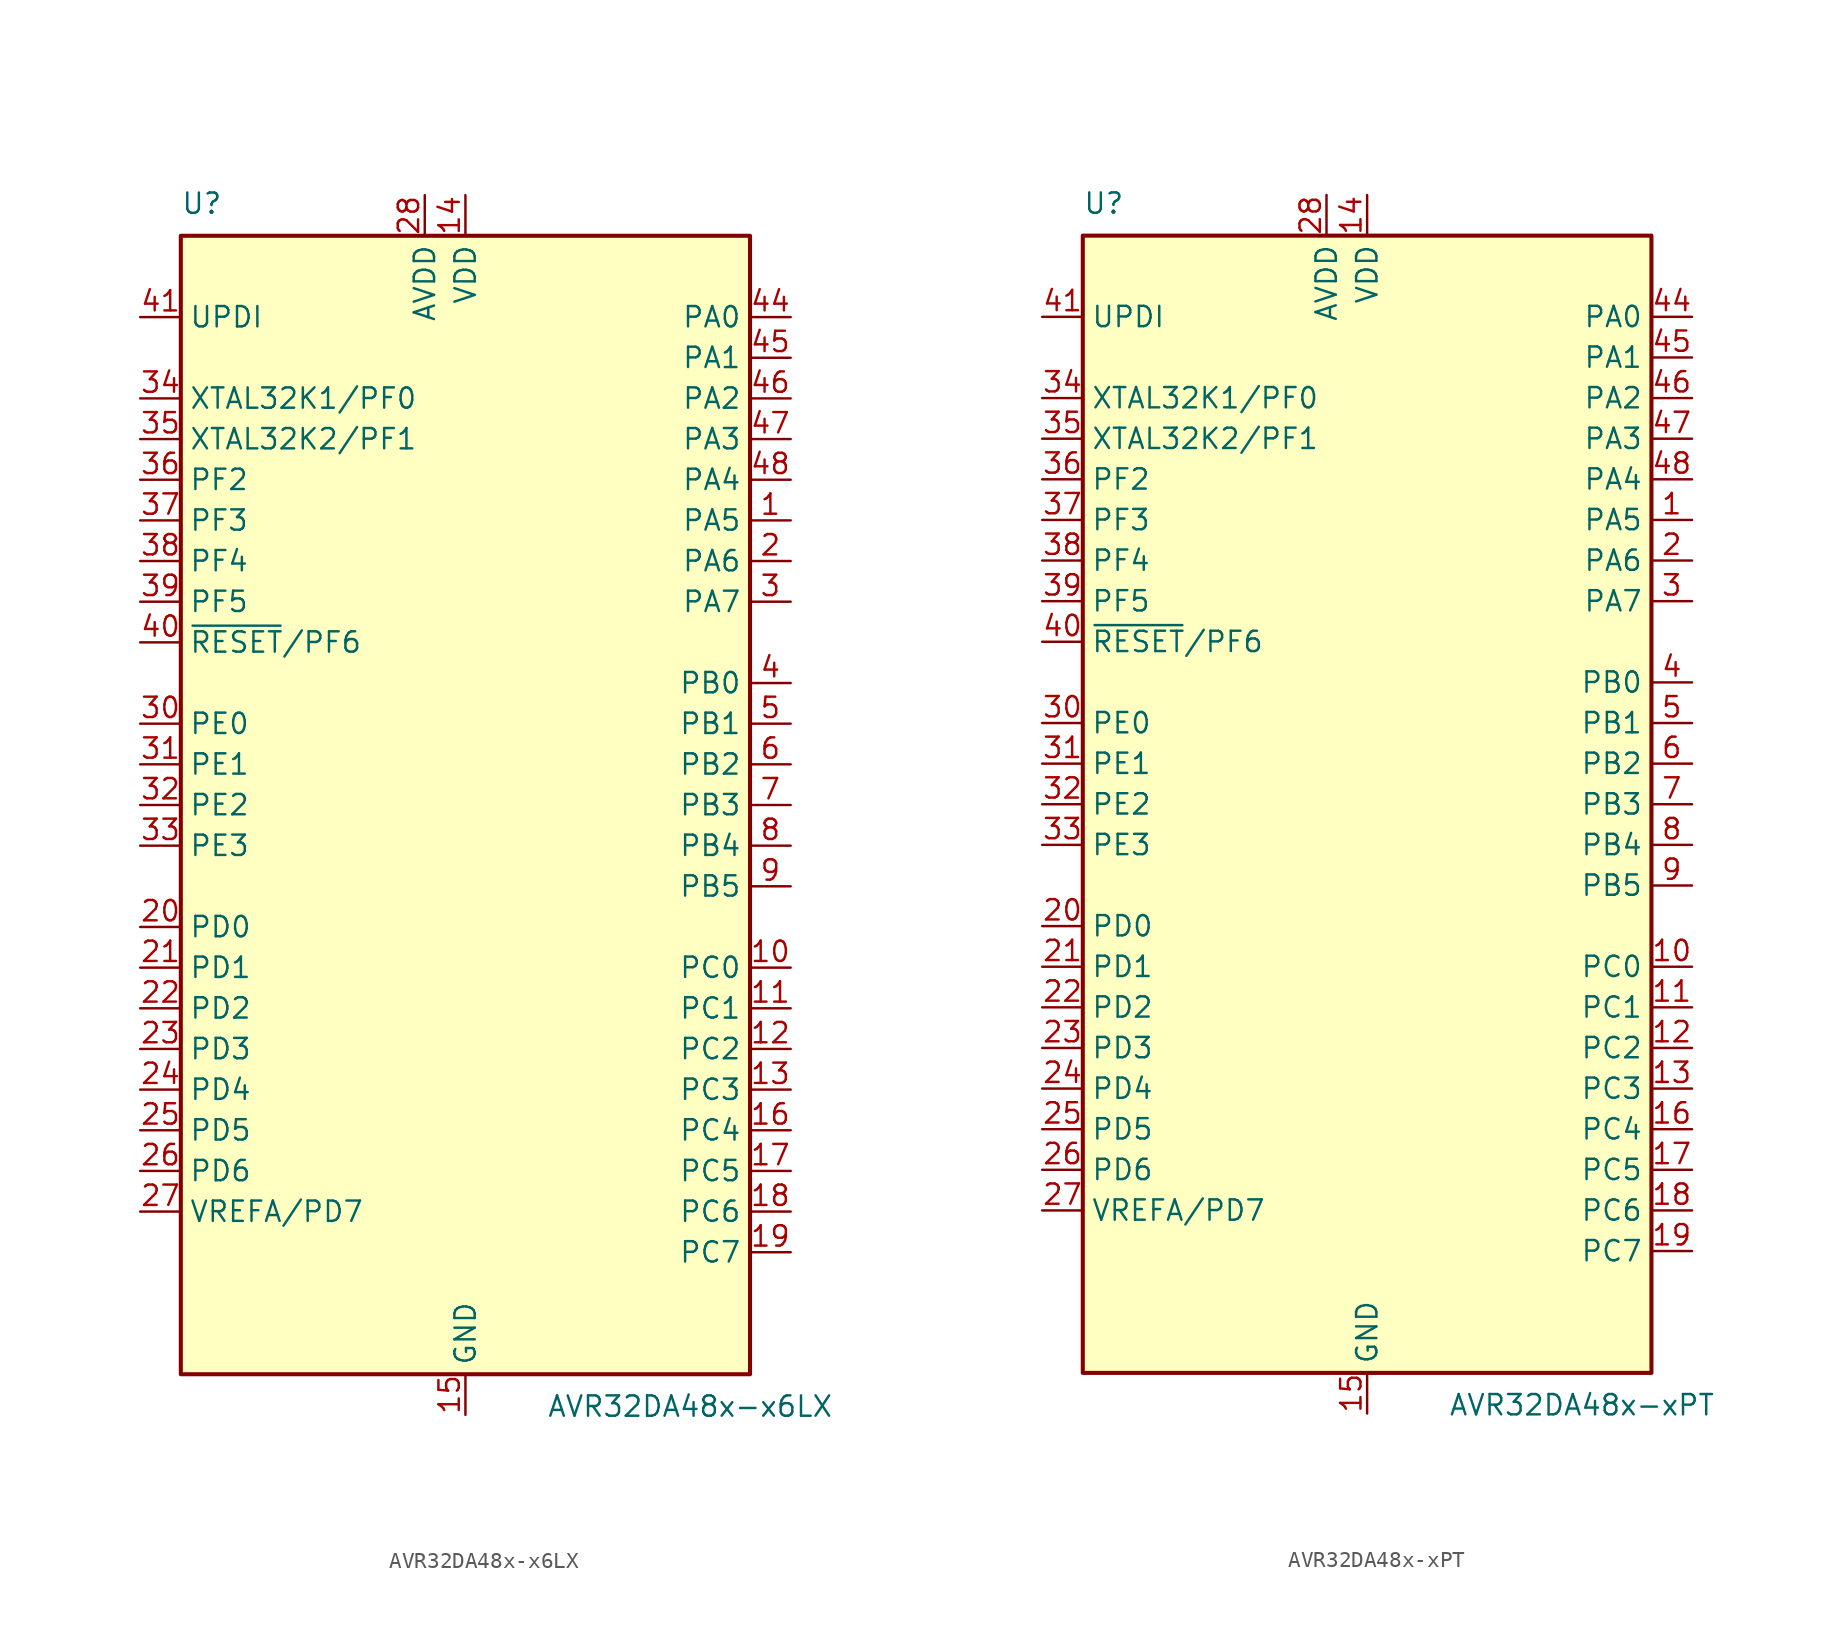
<source format=kicad_sym>
(kicad_symbol_lib
  (version 20211014)
  (generator kicad_symbol_editor)
  (symbol "AVR32DA48x-x6LX"
    (property "Reference" "U"
      (at -17.78 36.83 0)
      (effects (font (size 1.27 1.27)) (justify left bottom)))
    (property "Value" "AVR32DA48x-x6LX"
      (at 5.08 -36.83 0)
      (effects (font (size 1.27 1.27)) (justify left top)))
    (symbol "AVR32DA48x-x6LX_0_1"
      (rectangle (start -17.78 35.56) (end 17.78 -35.56) (stroke (width 0.254) (type default) (color 0 0 0 0)) (fill (type background))))
    (symbol "AVR32DA48x-x6LX_1_1"
      (pin bidirectional line (at 20.32 30.48 180) (length 2.54) (name "PA0" (effects (font (size 1.27 1.27)))) (number "44" (effects (font (size 1.27 1.27)))))
      (pin bidirectional line (at 20.32 27.94 180) (length 2.54) (name "PA1" (effects (font (size 1.27 1.27)))) (number "45" (effects (font (size 1.27 1.27)))))
      (pin bidirectional line (at 20.32 25.40 180) (length 2.54) (name "PA2" (effects (font (size 1.27 1.27)))) (number "46" (effects (font (size 1.27 1.27)))))
      (pin bidirectional line (at 20.32 22.86 180) (length 2.54) (name "PA3" (effects (font (size 1.27 1.27)))) (number "47" (effects (font (size 1.27 1.27)))))
      (pin bidirectional line (at 20.32 20.32 180) (length 2.54) (name "PA4" (effects (font (size 1.27 1.27)))) (number "48" (effects (font (size 1.27 1.27)))))
      (pin bidirectional line (at 20.32 17.78 180) (length 2.54) (name "PA5" (effects (font (size 1.27 1.27)))) (number "1" (effects (font (size 1.27 1.27)))))
      (pin bidirectional line (at 20.32 15.24 180) (length 2.54) (name "PA6" (effects (font (size 1.27 1.27)))) (number "2" (effects (font (size 1.27 1.27)))))
      (pin bidirectional line (at 20.32 12.70 180) (length 2.54) (name "PA7" (effects (font (size 1.27 1.27)))) (number "3" (effects (font (size 1.27 1.27)))))
      (pin bidirectional line (at 20.32 7.62 180) (length 2.54) (name "PB0" (effects (font (size 1.27 1.27)))) (number "4" (effects (font (size 1.27 1.27)))))
      (pin bidirectional line (at 20.32 5.08 180) (length 2.54) (name "PB1" (effects (font (size 1.27 1.27)))) (number "5" (effects (font (size 1.27 1.27)))))
      (pin bidirectional line (at 20.32 2.54 180) (length 2.54) (name "PB2" (effects (font (size 1.27 1.27)))) (number "6" (effects (font (size 1.27 1.27)))))
      (pin bidirectional line (at 20.32 0.00 180) (length 2.54) (name "PB3" (effects (font (size 1.27 1.27)))) (number "7" (effects (font (size 1.27 1.27)))))
      (pin bidirectional line (at 20.32 -2.54 180) (length 2.54) (name "PB4" (effects (font (size 1.27 1.27)))) (number "8" (effects (font (size 1.27 1.27)))))
      (pin bidirectional line (at 20.32 -5.08 180) (length 2.54) (name "PB5" (effects (font (size 1.27 1.27)))) (number "9" (effects (font (size 1.27 1.27)))))
      (pin bidirectional line (at 20.32 -10.16 180) (length 2.54) (name "PC0" (effects (font (size 1.27 1.27)))) (number "10" (effects (font (size 1.27 1.27)))))
      (pin bidirectional line (at 20.32 -12.70 180) (length 2.54) (name "PC1" (effects (font (size 1.27 1.27)))) (number "11" (effects (font (size 1.27 1.27)))))
      (pin bidirectional line (at 20.32 -15.24 180) (length 2.54) (name "PC2" (effects (font (size 1.27 1.27)))) (number "12" (effects (font (size 1.27 1.27)))))
      (pin bidirectional line (at 20.32 -17.78 180) (length 2.54) (name "PC3" (effects (font (size 1.27 1.27)))) (number "13" (effects (font (size 1.27 1.27)))))
      (pin bidirectional line (at 20.32 -20.32 180) (length 2.54) (name "PC4" (effects (font (size 1.27 1.27)))) (number "16" (effects (font (size 1.27 1.27)))))
      (pin bidirectional line (at 20.32 -22.86 180) (length 2.54) (name "PC5" (effects (font (size 1.27 1.27)))) (number "17" (effects (font (size 1.27 1.27)))))
      (pin bidirectional line (at 20.32 -25.40 180) (length 2.54) (name "PC6" (effects (font (size 1.27 1.27)))) (number "18" (effects (font (size 1.27 1.27)))))
      (pin bidirectional line (at 20.32 -27.94 180) (length 2.54) (name "PC7" (effects (font (size 1.27 1.27)))) (number "19" (effects (font (size 1.27 1.27)))))
      (pin input line (at -20.32 30.48 0) (length 2.54) (name "UPDI" (effects (font (size 1.27 1.27)))) (number "41" (effects (font (size 1.27 1.27)))))
      (pin bidirectional line (at -20.32 25.40 0) (length 2.54) (name "XTAL32K1/PF0" (effects (font (size 1.27 1.27)))) (number "34" (effects (font (size 1.27 1.27)))))
      (pin bidirectional line (at -20.32 22.86 0) (length 2.54) (name "XTAL32K2/PF1" (effects (font (size 1.27 1.27)))) (number "35" (effects (font (size 1.27 1.27)))))
      (pin bidirectional line (at -20.32 20.32 0) (length 2.54) (name "PF2" (effects (font (size 1.27 1.27)))) (number "36" (effects (font (size 1.27 1.27)))))
      (pin bidirectional line (at -20.32 17.78 0) (length 2.54) (name "PF3" (effects (font (size 1.27 1.27)))) (number "37" (effects (font (size 1.27 1.27)))))
      (pin bidirectional line (at -20.32 15.24 0) (length 2.54) (name "PF4" (effects (font (size 1.27 1.27)))) (number "38" (effects (font (size 1.27 1.27)))))
      (pin bidirectional line (at -20.32 12.70 0) (length 2.54) (name "PF5" (effects (font (size 1.27 1.27)))) (number "39" (effects (font (size 1.27 1.27)))))
      (pin bidirectional line (at -20.32 10.16 0) (length 2.54) (name "~{RESET}/PF6" (effects (font (size 1.27 1.27)))) (number "40" (effects (font (size 1.27 1.27)))))
      (pin bidirectional line (at -20.32 5.08 0) (length 2.54) (name "PE0" (effects (font (size 1.27 1.27)))) (number "30" (effects (font (size 1.27 1.27)))))
      (pin bidirectional line (at -20.32 2.54 0) (length 2.54) (name "PE1" (effects (font (size 1.27 1.27)))) (number "31" (effects (font (size 1.27 1.27)))))
      (pin bidirectional line (at -20.32 0.00 0) (length 2.54) (name "PE2" (effects (font (size 1.27 1.27)))) (number "32" (effects (font (size 1.27 1.27)))))
      (pin bidirectional line (at -20.32 -2.54 0) (length 2.54) (name "PE3" (effects (font (size 1.27 1.27)))) (number "33" (effects (font (size 1.27 1.27)))))
      (pin bidirectional line (at -20.32 -7.62 0) (length 2.54) (name "PD0" (effects (font (size 1.27 1.27)))) (number "20" (effects (font (size 1.27 1.27)))))
      (pin bidirectional line (at -20.32 -10.16 0) (length 2.54) (name "PD1" (effects (font (size 1.27 1.27)))) (number "21" (effects (font (size 1.27 1.27)))))
      (pin bidirectional line (at -20.32 -12.70 0) (length 2.54) (name "PD2" (effects (font (size 1.27 1.27)))) (number "22" (effects (font (size 1.27 1.27)))))
      (pin bidirectional line (at -20.32 -15.24 0) (length 2.54) (name "PD3" (effects (font (size 1.27 1.27)))) (number "23" (effects (font (size 1.27 1.27)))))
      (pin bidirectional line (at -20.32 -17.78 0) (length 2.54) (name "PD4" (effects (font (size 1.27 1.27)))) (number "24" (effects (font (size 1.27 1.27)))))
      (pin bidirectional line (at -20.32 -20.32 0) (length 2.54) (name "PD5" (effects (font (size 1.27 1.27)))) (number "25" (effects (font (size 1.27 1.27)))))
      (pin bidirectional line (at -20.32 -22.86 0) (length 2.54) (name "PD6" (effects (font (size 1.27 1.27)))) (number "26" (effects (font (size 1.27 1.27)))))
      (pin bidirectional line (at -20.32 -25.40 0) (length 2.54) (name "VREFA/PD7" (effects (font (size 1.27 1.27)))) (number "27" (effects (font (size 1.27 1.27)))))
      (pin power_in line (at -2.54 38.10 270) (length 2.54) (name "AVDD" (effects (font (size 1.27 1.27)))) (number "28" (effects (font (size 1.27 1.27)))))
      (pin power_in line (at 0.00 38.10 270) (length 2.54) (name "VDD" (effects (font (size 1.27 1.27)))) (number "14" (effects (font (size 1.27 1.27)))))
      (pin passive line (at 0.00 38.10 270) (length 2.54) hide (name "VDD" (effects (font (size 1.27 1.27)))) (number "42" (effects (font (size 1.27 1.27)))))
      (pin power_in line (at 0.00 -38.10 90) (length 2.54) (name "GND" (effects (font (size 1.27 1.27)))) (number "15" (effects (font (size 1.27 1.27)))))
      (pin passive line (at 0.00 -38.10 90) (length 2.54) hide (name "GND" (effects (font (size 1.27 1.27)))) (number "29" (effects (font (size 1.27 1.27)))))
      (pin passive line (at 0.00 -38.10 90) (length 2.54) hide (name "GND" (effects (font (size 1.27 1.27)))) (number "43" (effects (font (size 1.27 1.27)))))
      (pin passive line (at 0.00 -38.10 90) (length 2.54) hide (name "GND" (effects (font (size 1.27 1.27)))) (number "49" (effects (font (size 1.27 1.27)))))))
  (symbol "AVR32DA48x-xPT"
    (property "Reference" "U"
      (at -17.78 36.83 0)
      (effects (font (size 1.27 1.27)) (justify left bottom)))
    (property "Value" "AVR32DA48x-xPT"
      (at 5.08 -36.83 0)
      (effects (font (size 1.27 1.27)) (justify left top)))
    (symbol "AVR32DA48x-xPT_0_1"
      (rectangle (start -17.78 35.56) (end 17.78 -35.56) (stroke (width 0.254) (type default) (color 0 0 0 0)) (fill (type background))))
    (symbol "AVR32DA48x-xPT_1_1"
      (pin bidirectional line (at 20.32 30.48 180) (length 2.54) (name "PA0" (effects (font (size 1.27 1.27)))) (number "44" (effects (font (size 1.27 1.27)))))
      (pin bidirectional line (at 20.32 27.94 180) (length 2.54) (name "PA1" (effects (font (size 1.27 1.27)))) (number "45" (effects (font (size 1.27 1.27)))))
      (pin bidirectional line (at 20.32 25.40 180) (length 2.54) (name "PA2" (effects (font (size 1.27 1.27)))) (number "46" (effects (font (size 1.27 1.27)))))
      (pin bidirectional line (at 20.32 22.86 180) (length 2.54) (name "PA3" (effects (font (size 1.27 1.27)))) (number "47" (effects (font (size 1.27 1.27)))))
      (pin bidirectional line (at 20.32 20.32 180) (length 2.54) (name "PA4" (effects (font (size 1.27 1.27)))) (number "48" (effects (font (size 1.27 1.27)))))
      (pin bidirectional line (at 20.32 17.78 180) (length 2.54) (name "PA5" (effects (font (size 1.27 1.27)))) (number "1" (effects (font (size 1.27 1.27)))))
      (pin bidirectional line (at 20.32 15.24 180) (length 2.54) (name "PA6" (effects (font (size 1.27 1.27)))) (number "2" (effects (font (size 1.27 1.27)))))
      (pin bidirectional line (at 20.32 12.70 180) (length 2.54) (name "PA7" (effects (font (size 1.27 1.27)))) (number "3" (effects (font (size 1.27 1.27)))))
      (pin bidirectional line (at 20.32 7.62 180) (length 2.54) (name "PB0" (effects (font (size 1.27 1.27)))) (number "4" (effects (font (size 1.27 1.27)))))
      (pin bidirectional line (at 20.32 5.08 180) (length 2.54) (name "PB1" (effects (font (size 1.27 1.27)))) (number "5" (effects (font (size 1.27 1.27)))))
      (pin bidirectional line (at 20.32 2.54 180) (length 2.54) (name "PB2" (effects (font (size 1.27 1.27)))) (number "6" (effects (font (size 1.27 1.27)))))
      (pin bidirectional line (at 20.32 0.00 180) (length 2.54) (name "PB3" (effects (font (size 1.27 1.27)))) (number "7" (effects (font (size 1.27 1.27)))))
      (pin bidirectional line (at 20.32 -2.54 180) (length 2.54) (name "PB4" (effects (font (size 1.27 1.27)))) (number "8" (effects (font (size 1.27 1.27)))))
      (pin bidirectional line (at 20.32 -5.08 180) (length 2.54) (name "PB5" (effects (font (size 1.27 1.27)))) (number "9" (effects (font (size 1.27 1.27)))))
      (pin bidirectional line (at 20.32 -10.16 180) (length 2.54) (name "PC0" (effects (font (size 1.27 1.27)))) (number "10" (effects (font (size 1.27 1.27)))))
      (pin bidirectional line (at 20.32 -12.70 180) (length 2.54) (name "PC1" (effects (font (size 1.27 1.27)))) (number "11" (effects (font (size 1.27 1.27)))))
      (pin bidirectional line (at 20.32 -15.24 180) (length 2.54) (name "PC2" (effects (font (size 1.27 1.27)))) (number "12" (effects (font (size 1.27 1.27)))))
      (pin bidirectional line (at 20.32 -17.78 180) (length 2.54) (name "PC3" (effects (font (size 1.27 1.27)))) (number "13" (effects (font (size 1.27 1.27)))))
      (pin bidirectional line (at 20.32 -20.32 180) (length 2.54) (name "PC4" (effects (font (size 1.27 1.27)))) (number "16" (effects (font (size 1.27 1.27)))))
      (pin bidirectional line (at 20.32 -22.86 180) (length 2.54) (name "PC5" (effects (font (size 1.27 1.27)))) (number "17" (effects (font (size 1.27 1.27)))))
      (pin bidirectional line (at 20.32 -25.40 180) (length 2.54) (name "PC6" (effects (font (size 1.27 1.27)))) (number "18" (effects (font (size 1.27 1.27)))))
      (pin bidirectional line (at 20.32 -27.94 180) (length 2.54) (name "PC7" (effects (font (size 1.27 1.27)))) (number "19" (effects (font (size 1.27 1.27)))))
      (pin input line (at -20.32 30.48 0) (length 2.54) (name "UPDI" (effects (font (size 1.27 1.27)))) (number "41" (effects (font (size 1.27 1.27)))))
      (pin bidirectional line (at -20.32 25.40 0) (length 2.54) (name "XTAL32K1/PF0" (effects (font (size 1.27 1.27)))) (number "34" (effects (font (size 1.27 1.27)))))
      (pin bidirectional line (at -20.32 22.86 0) (length 2.54) (name "XTAL32K2/PF1" (effects (font (size 1.27 1.27)))) (number "35" (effects (font (size 1.27 1.27)))))
      (pin bidirectional line (at -20.32 20.32 0) (length 2.54) (name "PF2" (effects (font (size 1.27 1.27)))) (number "36" (effects (font (size 1.27 1.27)))))
      (pin bidirectional line (at -20.32 17.78 0) (length 2.54) (name "PF3" (effects (font (size 1.27 1.27)))) (number "37" (effects (font (size 1.27 1.27)))))
      (pin bidirectional line (at -20.32 15.24 0) (length 2.54) (name "PF4" (effects (font (size 1.27 1.27)))) (number "38" (effects (font (size 1.27 1.27)))))
      (pin bidirectional line (at -20.32 12.70 0) (length 2.54) (name "PF5" (effects (font (size 1.27 1.27)))) (number "39" (effects (font (size 1.27 1.27)))))
      (pin bidirectional line (at -20.32 10.16 0) (length 2.54) (name "~{RESET}/PF6" (effects (font (size 1.27 1.27)))) (number "40" (effects (font (size 1.27 1.27)))))
      (pin bidirectional line (at -20.32 5.08 0) (length 2.54) (name "PE0" (effects (font (size 1.27 1.27)))) (number "30" (effects (font (size 1.27 1.27)))))
      (pin bidirectional line (at -20.32 2.54 0) (length 2.54) (name "PE1" (effects (font (size 1.27 1.27)))) (number "31" (effects (font (size 1.27 1.27)))))
      (pin bidirectional line (at -20.32 0.00 0) (length 2.54) (name "PE2" (effects (font (size 1.27 1.27)))) (number "32" (effects (font (size 1.27 1.27)))))
      (pin bidirectional line (at -20.32 -2.54 0) (length 2.54) (name "PE3" (effects (font (size 1.27 1.27)))) (number "33" (effects (font (size 1.27 1.27)))))
      (pin bidirectional line (at -20.32 -7.62 0) (length 2.54) (name "PD0" (effects (font (size 1.27 1.27)))) (number "20" (effects (font (size 1.27 1.27)))))
      (pin bidirectional line (at -20.32 -10.16 0) (length 2.54) (name "PD1" (effects (font (size 1.27 1.27)))) (number "21" (effects (font (size 1.27 1.27)))))
      (pin bidirectional line (at -20.32 -12.70 0) (length 2.54) (name "PD2" (effects (font (size 1.27 1.27)))) (number "22" (effects (font (size 1.27 1.27)))))
      (pin bidirectional line (at -20.32 -15.24 0) (length 2.54) (name "PD3" (effects (font (size 1.27 1.27)))) (number "23" (effects (font (size 1.27 1.27)))))
      (pin bidirectional line (at -20.32 -17.78 0) (length 2.54) (name "PD4" (effects (font (size 1.27 1.27)))) (number "24" (effects (font (size 1.27 1.27)))))
      (pin bidirectional line (at -20.32 -20.32 0) (length 2.54) (name "PD5" (effects (font (size 1.27 1.27)))) (number "25" (effects (font (size 1.27 1.27)))))
      (pin bidirectional line (at -20.32 -22.86 0) (length 2.54) (name "PD6" (effects (font (size 1.27 1.27)))) (number "26" (effects (font (size 1.27 1.27)))))
      (pin bidirectional line (at -20.32 -25.40 0) (length 2.54) (name "VREFA/PD7" (effects (font (size 1.27 1.27)))) (number "27" (effects (font (size 1.27 1.27)))))
      (pin power_in line (at -2.54 38.10 270) (length 2.54) (name "AVDD" (effects (font (size 1.27 1.27)))) (number "28" (effects (font (size 1.27 1.27)))))
      (pin power_in line (at 0.00 38.10 270) (length 2.54) (name "VDD" (effects (font (size 1.27 1.27)))) (number "14" (effects (font (size 1.27 1.27)))))
      (pin passive line (at 0.00 38.10 270) (length 2.54) hide (name "VDD" (effects (font (size 1.27 1.27)))) (number "42" (effects (font (size 1.27 1.27)))))
      (pin power_in line (at 0.00 -38.10 90) (length 2.54) (name "GND" (effects (font (size 1.27 1.27)))) (number "15" (effects (font (size 1.27 1.27)))))
      (pin passive line (at 0.00 -38.10 90) (length 2.54) hide (name "GND" (effects (font (size 1.27 1.27)))) (number "29" (effects (font (size 1.27 1.27)))))
      (pin passive line (at 0.00 -38.10 90) (length 2.54) hide (name "GND" (effects (font (size 1.27 1.27)))) (number "43" (effects (font (size 1.27 1.27))))))))
</source>
